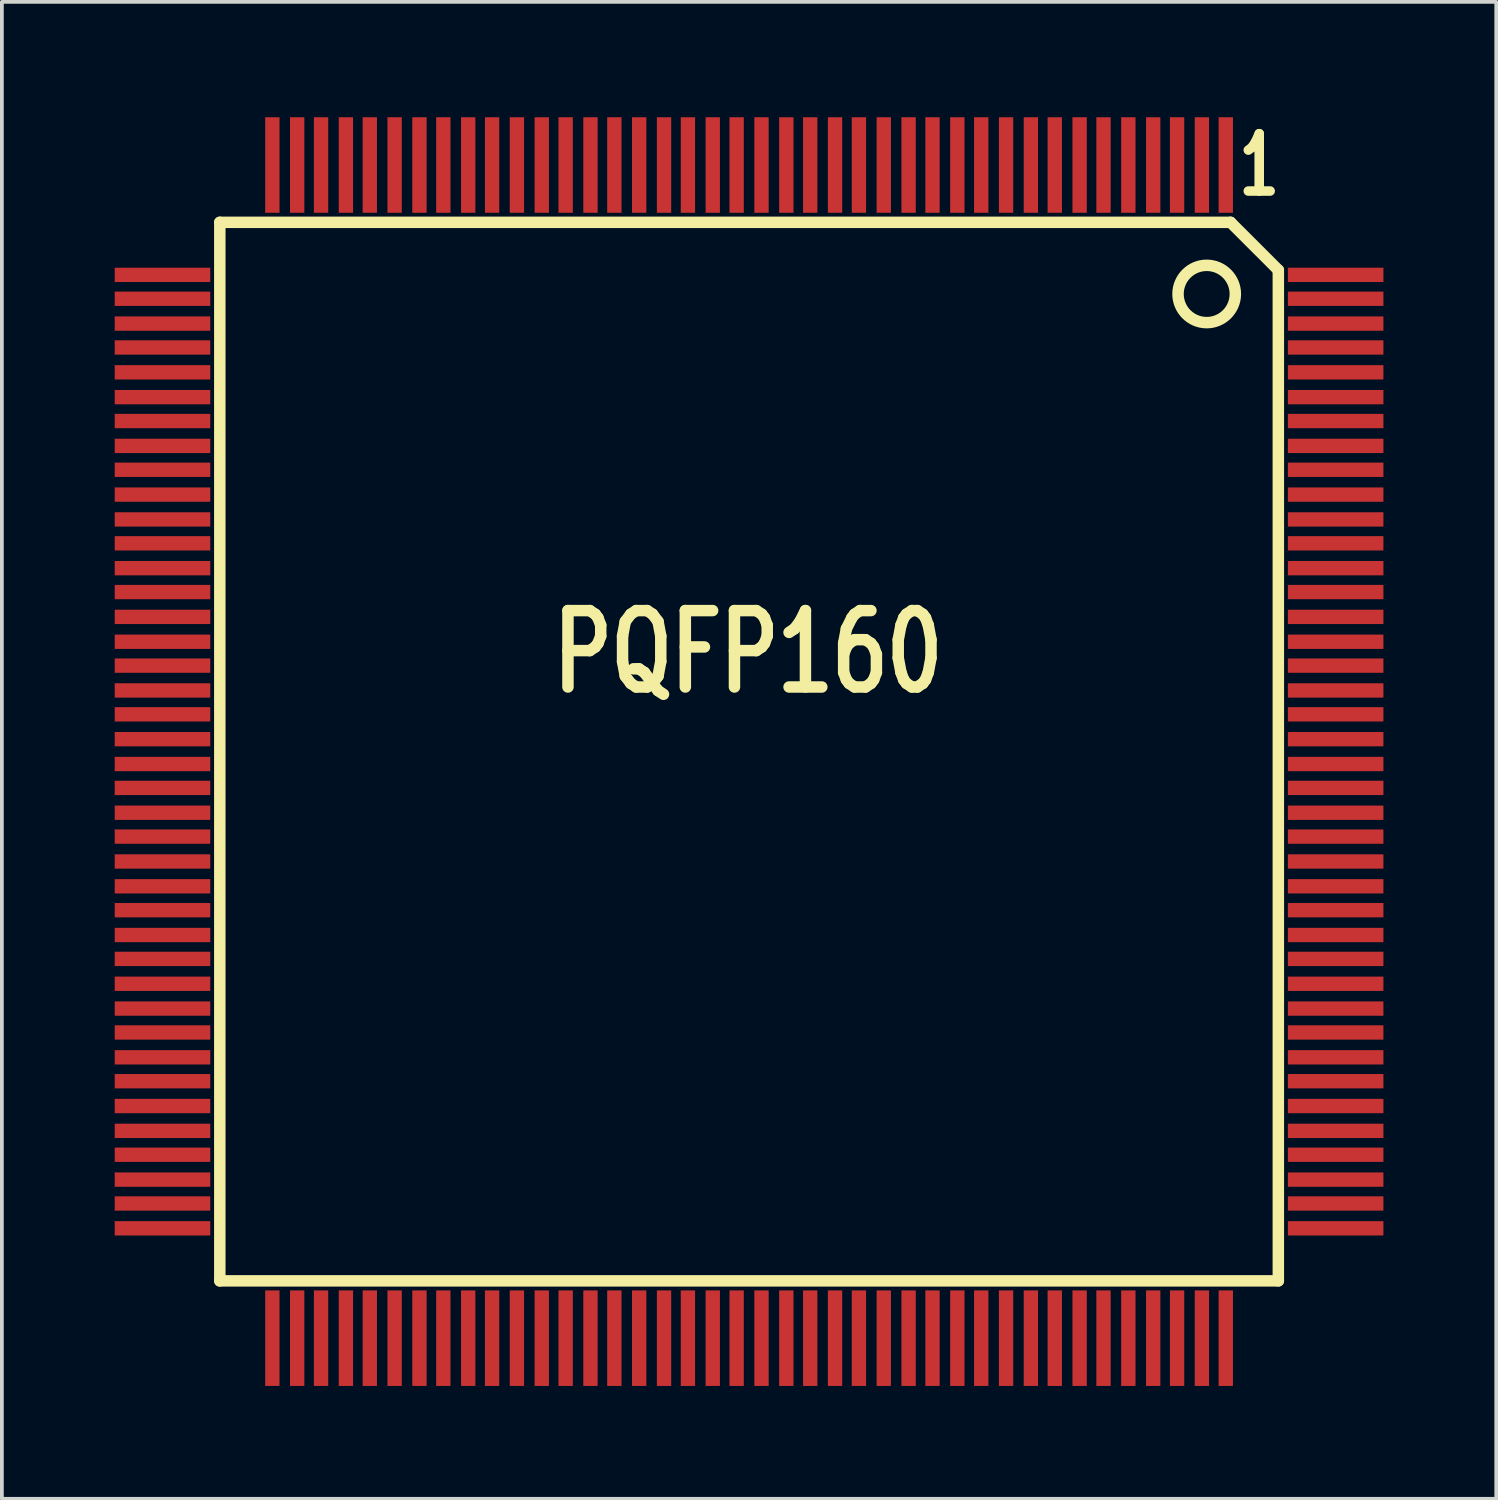
<source format=kicad_pcb>
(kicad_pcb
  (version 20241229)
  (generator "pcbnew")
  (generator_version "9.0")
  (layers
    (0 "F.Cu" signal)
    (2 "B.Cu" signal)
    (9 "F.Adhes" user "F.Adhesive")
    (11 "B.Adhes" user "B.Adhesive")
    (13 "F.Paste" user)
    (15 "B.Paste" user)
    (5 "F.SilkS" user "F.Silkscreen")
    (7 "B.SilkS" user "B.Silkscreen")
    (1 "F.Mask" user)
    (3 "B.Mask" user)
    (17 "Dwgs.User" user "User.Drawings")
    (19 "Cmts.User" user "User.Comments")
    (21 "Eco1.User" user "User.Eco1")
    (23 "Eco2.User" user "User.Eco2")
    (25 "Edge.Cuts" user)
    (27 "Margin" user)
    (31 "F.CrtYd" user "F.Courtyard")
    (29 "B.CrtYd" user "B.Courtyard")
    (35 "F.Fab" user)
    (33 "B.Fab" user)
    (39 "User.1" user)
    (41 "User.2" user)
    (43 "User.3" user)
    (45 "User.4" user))
  (footprint "PQFP160"
    (layer "F.Cu")
    (at 16.84 16.831)
    (property "Reference" "PQFP160" (at 0 -2.54 0) (layer "F.SilkS") (effects (font (size 2.032 1.524) (thickness 0.305))))
    (attr smd)
    (fp_line (start -14.046 -13.97) (end -14.046 14.173) (stroke (width 0.305) (type solid)) (layer "F.SilkS"))
    (fp_line (start -14.046 14.173) (end 14.097 14.173) (stroke (width 0.305) (type solid)) (layer "F.SilkS"))
    (fp_line (start 12.827 -13.97) (end -14.046 -13.97) (stroke (width 0.305) (type solid)) (layer "F.SilkS"))
    (fp_line (start 12.827 -13.97) (end 14.097 -12.7) (stroke (width 0.305) (type solid)) (layer "F.SilkS"))
    (fp_line (start 14.097 14.173) (end 14.097 -12.7) (stroke (width 0.305) (type solid)) (layer "F.SilkS"))
    (fp_circle (center 12.192 -12.065) (end 12.192 -11.303) (stroke (width 0.305) (type solid)) (fill no) (layer "F.SilkS"))
    (fp_text user "1" (at 13.589 -15.494 0) (layer "F.SilkS") (effects (font (size 1.524 1.016) (thickness 0.305))))
    (pad "1" smd rect (at 12.7 -15.494) (size 0.381 2.54) (layers "F.Cu" "F.Mask" "F.Paste"))
    (pad "2" smd rect (at 12.065 -15.494) (size 0.381 2.54) (layers "F.Cu" "F.Mask" "F.Paste"))
    (pad "3" smd rect (at 11.405 -15.494) (size 0.381 2.54) (layers "F.Cu" "F.Mask" "F.Paste"))
    (pad "4" smd rect (at 10.77 -15.494) (size 0.381 2.54) (layers "F.Cu" "F.Mask" "F.Paste"))
    (pad "5" smd rect (at 10.109 -15.494) (size 0.381 2.54) (layers "F.Cu" "F.Mask" "F.Paste"))
    (pad "6" smd rect (at 9.449 -15.494) (size 0.381 2.54) (layers "F.Cu" "F.Mask" "F.Paste"))
    (pad "7" smd rect (at 8.814 -15.494) (size 0.381 2.54) (layers "F.Cu" "F.Mask" "F.Paste"))
    (pad "8" smd rect (at 8.153 -15.494) (size 0.381 2.54) (layers "F.Cu" "F.Mask" "F.Paste"))
    (pad "9" smd rect (at 7.518 -15.494) (size 0.381 2.54) (layers "F.Cu" "F.Mask" "F.Paste"))
    (pad "10" smd rect (at 6.858 -15.494) (size 0.381 2.54) (layers "F.Cu" "F.Mask" "F.Paste"))
    (pad "11" smd rect (at 6.198 -15.494) (size 0.381 2.54) (layers "F.Cu" "F.Mask" "F.Paste"))
    (pad "12" smd rect (at 5.563 -15.494) (size 0.381 2.54) (layers "F.Cu" "F.Mask" "F.Paste"))
    (pad "13" smd rect (at 4.902 -15.494) (size 0.381 2.54) (layers "F.Cu" "F.Mask" "F.Paste"))
    (pad "14" smd rect (at 4.267 -15.494) (size 0.381 2.54) (layers "F.Cu" "F.Mask" "F.Paste"))
    (pad "15" smd rect (at 3.607 -15.494) (size 0.381 2.54) (layers "F.Cu" "F.Mask" "F.Paste"))
    (pad "16" smd rect (at 2.946 -15.494) (size 0.381 2.54) (layers "F.Cu" "F.Mask" "F.Paste"))
    (pad "17" smd rect (at 2.311 -15.494) (size 0.381 2.54) (layers "F.Cu" "F.Mask" "F.Paste"))
    (pad "18" smd rect (at 1.651 -15.494) (size 0.381 2.54) (layers "F.Cu" "F.Mask" "F.Paste"))
    (pad "19" smd rect (at 1.016 -15.494) (size 0.381 2.54) (layers "F.Cu" "F.Mask" "F.Paste"))
    (pad "20" smd rect (at 0.356 -15.494) (size 0.381 2.54) (layers "F.Cu" "F.Mask" "F.Paste"))
    (pad "21" smd rect (at -0.305 -15.494) (size 0.381 2.54) (layers "F.Cu" "F.Mask" "F.Paste"))
    (pad "22" smd rect (at -0.94 -15.494) (size 0.381 2.54) (layers "F.Cu" "F.Mask" "F.Paste"))
    (pad "23" smd rect (at -1.6 -15.494) (size 0.381 2.54) (layers "F.Cu" "F.Mask" "F.Paste"))
    (pad "24" smd rect (at -2.235 -15.494) (size 0.381 2.54) (layers "F.Cu" "F.Mask" "F.Paste"))
    (pad "25" smd rect (at -2.896 -15.494) (size 0.381 2.54) (layers "F.Cu" "F.Mask" "F.Paste"))
    (pad "26" smd rect (at -3.556 -15.494) (size 0.381 2.54) (layers "F.Cu" "F.Mask" "F.Paste"))
    (pad "27" smd rect (at -4.191 -15.494) (size 0.381 2.54) (layers "F.Cu" "F.Mask" "F.Paste"))
    (pad "28" smd rect (at -4.851 -15.494) (size 0.381 2.54) (layers "F.Cu" "F.Mask" "F.Paste"))
    (pad "29" smd rect (at -5.486 -15.494) (size 0.381 2.54) (layers "F.Cu" "F.Mask" "F.Paste"))
    (pad "30" smd rect (at -6.147 -15.494) (size 0.381 2.54) (layers "F.Cu" "F.Mask" "F.Paste"))
    (pad "31" smd rect (at -6.807 -15.494) (size 0.381 2.54) (layers "F.Cu" "F.Mask" "F.Paste"))
    (pad "32" smd rect (at -7.442 -15.494) (size 0.381 2.54) (layers "F.Cu" "F.Mask" "F.Paste"))
    (pad "33" smd rect (at -8.103 -15.494) (size 0.381 2.54) (layers "F.Cu" "F.Mask" "F.Paste"))
    (pad "34" smd rect (at -8.738 -15.494) (size 0.381 2.54) (layers "F.Cu" "F.Mask" "F.Paste"))
    (pad "35" smd rect (at -9.398 -15.494) (size 0.381 2.54) (layers "F.Cu" "F.Mask" "F.Paste"))
    (pad "36" smd rect (at -10.058 -15.494) (size 0.381 2.54) (layers "F.Cu" "F.Mask" "F.Paste"))
    (pad "37" smd rect (at -10.693 -15.494) (size 0.381 2.54) (layers "F.Cu" "F.Mask" "F.Paste"))
    (pad "38" smd rect (at -11.354 -15.494) (size 0.381 2.54) (layers "F.Cu" "F.Mask" "F.Paste"))
    (pad "39" smd rect (at -11.989 -15.494) (size 0.381 2.54) (layers "F.Cu" "F.Mask" "F.Paste"))
    (pad "40" smd rect (at -12.649 -15.494) (size 0.381 2.54) (layers "F.Cu" "F.Mask" "F.Paste"))
    (pad "41" smd rect (at -15.57 -12.573) (size 2.54 0.381) (layers "F.Cu" "F.Mask" "F.Paste"))
    (pad "42" smd rect (at -15.57 -11.938) (size 2.54 0.381) (layers "F.Cu" "F.Mask" "F.Paste"))
    (pad "43" smd rect (at -15.57 -11.278) (size 2.54 0.381) (layers "F.Cu" "F.Mask" "F.Paste"))
    (pad "44" smd rect (at -15.57 -10.643) (size 2.54 0.381) (layers "F.Cu" "F.Mask" "F.Paste"))
    (pad "45" smd rect (at -15.57 -9.982) (size 2.54 0.381) (layers "F.Cu" "F.Mask" "F.Paste"))
    (pad "46" smd rect (at -15.57 -9.322) (size 2.54 0.381) (layers "F.Cu" "F.Mask" "F.Paste"))
    (pad "47" smd rect (at -15.57 -8.687) (size 2.54 0.381) (layers "F.Cu" "F.Mask" "F.Paste"))
    (pad "48" smd rect (at -15.57 -8.026) (size 2.54 0.381) (layers "F.Cu" "F.Mask" "F.Paste"))
    (pad "49" smd rect (at -15.57 -7.391) (size 2.54 0.381) (layers "F.Cu" "F.Mask" "F.Paste"))
    (pad "50" smd rect (at -15.57 -6.731) (size 2.54 0.381) (layers "F.Cu" "F.Mask" "F.Paste"))
    (pad "51" smd rect (at -15.57 -6.071) (size 2.54 0.381) (layers "F.Cu" "F.Mask" "F.Paste"))
    (pad "52" smd rect (at -15.57 -5.436) (size 2.54 0.381) (layers "F.Cu" "F.Mask" "F.Paste"))
    (pad "53" smd rect (at -15.57 -4.775) (size 2.54 0.381) (layers "F.Cu" "F.Mask" "F.Paste"))
    (pad "54" smd rect (at -15.57 -4.14) (size 2.54 0.381) (layers "F.Cu" "F.Mask" "F.Paste"))
    (pad "55" smd rect (at -15.57 -3.48) (size 2.54 0.381) (layers "F.Cu" "F.Mask" "F.Paste"))
    (pad "56" smd rect (at -15.57 -2.819) (size 2.54 0.381) (layers "F.Cu" "F.Mask" "F.Paste"))
    (pad "57" smd rect (at -15.57 -2.184) (size 2.54 0.381) (layers "F.Cu" "F.Mask" "F.Paste"))
    (pad "58" smd rect (at -15.57 -1.524) (size 2.54 0.381) (layers "F.Cu" "F.Mask" "F.Paste"))
    (pad "59" smd rect (at -15.57 -0.889) (size 2.54 0.381) (layers "F.Cu" "F.Mask" "F.Paste"))
    (pad "60" smd rect (at -15.57 -0.229) (size 2.54 0.381) (layers "F.Cu" "F.Mask" "F.Paste"))
    (pad "61" smd rect (at -15.57 0.432) (size 2.54 0.381) (layers "F.Cu" "F.Mask" "F.Paste"))
    (pad "62" smd rect (at -15.57 1.067) (size 2.54 0.381) (layers "F.Cu" "F.Mask" "F.Paste"))
    (pad "63" smd rect (at -15.57 1.727) (size 2.54 0.381) (layers "F.Cu" "F.Mask" "F.Paste"))
    (pad "64" smd rect (at -15.57 2.362) (size 2.54 0.381) (layers "F.Cu" "F.Mask" "F.Paste"))
    (pad "65" smd rect (at -15.57 3.023) (size 2.54 0.381) (layers "F.Cu" "F.Mask" "F.Paste"))
    (pad "66" smd rect (at -15.57 3.683) (size 2.54 0.381) (layers "F.Cu" "F.Mask" "F.Paste"))
    (pad "67" smd rect (at -15.57 4.318) (size 2.54 0.381) (layers "F.Cu" "F.Mask" "F.Paste"))
    (pad "68" smd rect (at -15.57 4.978) (size 2.54 0.381) (layers "F.Cu" "F.Mask" "F.Paste"))
    (pad "69" smd rect (at -15.57 5.613) (size 2.54 0.381) (layers "F.Cu" "F.Mask" "F.Paste"))
    (pad "70" smd rect (at -15.57 6.274) (size 2.54 0.381) (layers "F.Cu" "F.Mask" "F.Paste"))
    (pad "71" smd rect (at -15.57 6.934) (size 2.54 0.381) (layers "F.Cu" "F.Mask" "F.Paste"))
    (pad "72" smd rect (at -15.57 7.569) (size 2.54 0.381) (layers "F.Cu" "F.Mask" "F.Paste"))
    (pad "73" smd rect (at -15.57 8.23) (size 2.54 0.381) (layers "F.Cu" "F.Mask" "F.Paste"))
    (pad "74" smd rect (at -15.57 8.865) (size 2.54 0.381) (layers "F.Cu" "F.Mask" "F.Paste"))
    (pad "75" smd rect (at -15.57 9.525) (size 2.54 0.381) (layers "F.Cu" "F.Mask" "F.Paste"))
    (pad "76" smd rect (at -15.57 10.185) (size 2.54 0.381) (layers "F.Cu" "F.Mask" "F.Paste"))
    (pad "77" smd rect (at -15.57 10.82) (size 2.54 0.381) (layers "F.Cu" "F.Mask" "F.Paste"))
    (pad "78" smd rect (at -15.57 11.481) (size 2.54 0.381) (layers "F.Cu" "F.Mask" "F.Paste"))
    (pad "79" smd rect (at -15.57 12.116) (size 2.54 0.381) (layers "F.Cu" "F.Mask" "F.Paste"))
    (pad "80" smd rect (at -15.57 12.776) (size 2.54 0.381) (layers "F.Cu" "F.Mask" "F.Paste"))
    (pad "81" smd rect (at -12.649 15.697) (size 0.381 2.54) (layers "F.Cu" "F.Mask" "F.Paste"))
    (pad "82" smd rect (at -11.989 15.697) (size 0.381 2.54) (layers "F.Cu" "F.Mask" "F.Paste"))
    (pad "83" smd rect (at -11.354 15.697) (size 0.381 2.54) (layers "F.Cu" "F.Mask" "F.Paste"))
    (pad "84" smd rect (at -10.693 15.697) (size 0.381 2.54) (layers "F.Cu" "F.Mask" "F.Paste"))
    (pad "85" smd rect (at -10.058 15.697) (size 0.381 2.54) (layers "F.Cu" "F.Mask" "F.Paste"))
    (pad "86" smd rect (at -9.398 15.697) (size 0.381 2.54) (layers "F.Cu" "F.Mask" "F.Paste"))
    (pad "87" smd rect (at -8.738 15.697) (size 0.381 2.54) (layers "F.Cu" "F.Mask" "F.Paste"))
    (pad "88" smd rect (at -8.103 15.697) (size 0.381 2.54) (layers "F.Cu" "F.Mask" "F.Paste"))
    (pad "89" smd rect (at -7.442 15.697) (size 0.381 2.54) (layers "F.Cu" "F.Mask" "F.Paste"))
    (pad "90" smd rect (at -6.807 15.697) (size 0.381 2.54) (layers "F.Cu" "F.Mask" "F.Paste"))
    (pad "91" smd rect (at -6.147 15.697) (size 0.381 2.54) (layers "F.Cu" "F.Mask" "F.Paste"))
    (pad "92" smd rect (at -5.486 15.697) (size 0.381 2.54) (layers "F.Cu" "F.Mask" "F.Paste"))
    (pad "93" smd rect (at -4.851 15.697) (size 0.381 2.54) (layers "F.Cu" "F.Mask" "F.Paste"))
    (pad "94" smd rect (at -4.191 15.697) (size 0.381 2.54) (layers "F.Cu" "F.Mask" "F.Paste"))
    (pad "95" smd rect (at -3.556 15.697) (size 0.381 2.54) (layers "F.Cu" "F.Mask" "F.Paste"))
    (pad "96" smd rect (at -2.896 15.697) (size 0.381 2.54) (layers "F.Cu" "F.Mask" "F.Paste"))
    (pad "97" smd rect (at -2.235 15.697) (size 0.381 2.54) (layers "F.Cu" "F.Mask" "F.Paste"))
    (pad "98" smd rect (at -1.6 15.697) (size 0.381 2.54) (layers "F.Cu" "F.Mask" "F.Paste"))
    (pad "99" smd rect (at -0.94 15.697) (size 0.381 2.54) (layers "F.Cu" "F.Mask" "F.Paste"))
    (pad "100" smd rect (at -0.305 15.697) (size 0.381 2.54) (layers "F.Cu" "F.Mask" "F.Paste"))
    (pad "101" smd rect (at 0.356 15.697) (size 0.381 2.54) (layers "F.Cu" "F.Mask" "F.Paste"))
    (pad "102" smd rect (at 1.016 15.697) (size 0.381 2.54) (layers "F.Cu" "F.Mask" "F.Paste"))
    (pad "103" smd rect (at 1.651 15.697) (size 0.381 2.54) (layers "F.Cu" "F.Mask" "F.Paste"))
    (pad "104" smd rect (at 2.311 15.697) (size 0.381 2.54) (layers "F.Cu" "F.Mask" "F.Paste"))
    (pad "105" smd rect (at 2.946 15.697) (size 0.381 2.54) (layers "F.Cu" "F.Mask" "F.Paste"))
    (pad "106" smd rect (at 3.607 15.697) (size 0.381 2.54) (layers "F.Cu" "F.Mask" "F.Paste"))
    (pad "107" smd rect (at 4.267 15.697) (size 0.381 2.54) (layers "F.Cu" "F.Mask" "F.Paste"))
    (pad "108" smd rect (at 4.902 15.697) (size 0.381 2.54) (layers "F.Cu" "F.Mask" "F.Paste"))
    (pad "109" smd rect (at 5.563 15.697) (size 0.381 2.54) (layers "F.Cu" "F.Mask" "F.Paste"))
    (pad "110" smd rect (at 6.198 15.697) (size 0.381 2.54) (layers "F.Cu" "F.Mask" "F.Paste"))
    (pad "111" smd rect (at 6.858 15.697) (size 0.381 2.54) (layers "F.Cu" "F.Mask" "F.Paste"))
    (pad "112" smd rect (at 7.518 15.697) (size 0.381 2.54) (layers "F.Cu" "F.Mask" "F.Paste"))
    (pad "113" smd rect (at 8.153 15.697) (size 0.381 2.54) (layers "F.Cu" "F.Mask" "F.Paste"))
    (pad "114" smd rect (at 8.814 15.697) (size 0.381 2.54) (layers "F.Cu" "F.Mask" "F.Paste"))
    (pad "115" smd rect (at 9.449 15.697) (size 0.381 2.54) (layers "F.Cu" "F.Mask" "F.Paste"))
    (pad "116" smd rect (at 10.109 15.697) (size 0.381 2.54) (layers "F.Cu" "F.Mask" "F.Paste"))
    (pad "117" smd rect (at 10.77 15.697) (size 0.381 2.54) (layers "F.Cu" "F.Mask" "F.Paste"))
    (pad "118" smd rect (at 11.405 15.697) (size 0.381 2.54) (layers "F.Cu" "F.Mask" "F.Paste"))
    (pad "119" smd rect (at 12.065 15.697) (size 0.381 2.54) (layers "F.Cu" "F.Mask" "F.Paste"))
    (pad "120" smd rect (at 12.7 15.697) (size 0.381 2.54) (layers "F.Cu" "F.Mask" "F.Paste"))
    (pad "121" smd rect (at 15.621 12.776) (size 2.54 0.381) (layers "F.Cu" "F.Mask" "F.Paste"))
    (pad "122" smd rect (at 15.621 12.116) (size 2.54 0.381) (layers "F.Cu" "F.Mask" "F.Paste"))
    (pad "123" smd rect (at 15.621 11.481) (size 2.54 0.381) (layers "F.Cu" "F.Mask" "F.Paste"))
    (pad "124" smd rect (at 15.621 10.82) (size 2.54 0.381) (layers "F.Cu" "F.Mask" "F.Paste"))
    (pad "125" smd rect (at 15.621 10.185) (size 2.54 0.381) (layers "F.Cu" "F.Mask" "F.Paste"))
    (pad "126" smd rect (at 15.621 9.525) (size 2.54 0.381) (layers "F.Cu" "F.Mask" "F.Paste"))
    (pad "127" smd rect (at 15.621 8.865) (size 2.54 0.381) (layers "F.Cu" "F.Mask" "F.Paste"))
    (pad "128" smd rect (at 15.621 8.23) (size 2.54 0.381) (layers "F.Cu" "F.Mask" "F.Paste"))
    (pad "129" smd rect (at 15.621 7.569) (size 2.54 0.381) (layers "F.Cu" "F.Mask" "F.Paste"))
    (pad "130" smd rect (at 15.621 6.934) (size 2.54 0.381) (layers "F.Cu" "F.Mask" "F.Paste"))
    (pad "131" smd rect (at 15.621 6.274) (size 2.54 0.381) (layers "F.Cu" "F.Mask" "F.Paste"))
    (pad "132" smd rect (at 15.621 5.613) (size 2.54 0.381) (layers "F.Cu" "F.Mask" "F.Paste"))
    (pad "133" smd rect (at 15.621 4.978) (size 2.54 0.381) (layers "F.Cu" "F.Mask" "F.Paste"))
    (pad "134" smd rect (at 15.621 4.318) (size 2.54 0.381) (layers "F.Cu" "F.Mask" "F.Paste"))
    (pad "135" smd rect (at 15.621 3.683) (size 2.54 0.381) (layers "F.Cu" "F.Mask" "F.Paste"))
    (pad "136" smd rect (at 15.621 3.023) (size 2.54 0.381) (layers "F.Cu" "F.Mask" "F.Paste"))
    (pad "137" smd rect (at 15.621 2.362) (size 2.54 0.381) (layers "F.Cu" "F.Mask" "F.Paste"))
    (pad "138" smd rect (at 15.621 1.727) (size 2.54 0.381) (layers "F.Cu" "F.Mask" "F.Paste"))
    (pad "139" smd rect (at 15.621 1.067) (size 2.54 0.381) (layers "F.Cu" "F.Mask" "F.Paste"))
    (pad "140" smd rect (at 15.621 0.432) (size 2.54 0.381) (layers "F.Cu" "F.Mask" "F.Paste"))
    (pad "141" smd rect (at 15.621 -0.229) (size 2.54 0.381) (layers "F.Cu" "F.Mask" "F.Paste"))
    (pad "142" smd rect (at 15.621 -0.889) (size 2.54 0.381) (layers "F.Cu" "F.Mask" "F.Paste"))
    (pad "143" smd rect (at 15.621 -1.524) (size 2.54 0.381) (layers "F.Cu" "F.Mask" "F.Paste"))
    (pad "144" smd rect (at 15.621 -2.184) (size 2.54 0.381) (layers "F.Cu" "F.Mask" "F.Paste"))
    (pad "145" smd rect (at 15.621 -2.819) (size 2.54 0.381) (layers "F.Cu" "F.Mask" "F.Paste"))
    (pad "146" smd rect (at 15.621 -3.48) (size 2.54 0.381) (layers "F.Cu" "F.Mask" "F.Paste"))
    (pad "147" smd rect (at 15.621 -4.14) (size 2.54 0.381) (layers "F.Cu" "F.Mask" "F.Paste"))
    (pad "148" smd rect (at 15.621 -4.775) (size 2.54 0.381) (layers "F.Cu" "F.Mask" "F.Paste"))
    (pad "149" smd rect (at 15.621 -5.436) (size 2.54 0.381) (layers "F.Cu" "F.Mask" "F.Paste"))
    (pad "150" smd rect (at 15.621 -6.071) (size 2.54 0.381) (layers "F.Cu" "F.Mask" "F.Paste"))
    (pad "151" smd rect (at 15.621 -6.731) (size 2.54 0.381) (layers "F.Cu" "F.Mask" "F.Paste"))
    (pad "152" smd rect (at 15.621 -7.391) (size 2.54 0.381) (layers "F.Cu" "F.Mask" "F.Paste"))
    (pad "153" smd rect (at 15.621 -8.026) (size 2.54 0.381) (layers "F.Cu" "F.Mask" "F.Paste"))
    (pad "154" smd rect (at 15.621 -8.687) (size 2.54 0.381) (layers "F.Cu" "F.Mask" "F.Paste"))
    (pad "155" smd rect (at 15.621 -9.322) (size 2.54 0.381) (layers "F.Cu" "F.Mask" "F.Paste"))
    (pad "156" smd rect (at 15.621 -9.982) (size 2.54 0.381) (layers "F.Cu" "F.Mask" "F.Paste"))
    (pad "157" smd rect (at 15.621 -10.643) (size 2.54 0.381) (layers "F.Cu" "F.Mask" "F.Paste"))
    (pad "158" smd rect (at 15.621 -11.278) (size 2.54 0.381) (layers "F.Cu" "F.Mask" "F.Paste"))
    (pad "159" smd rect (at 15.621 -11.938) (size 2.54 0.381) (layers "F.Cu" "F.Mask" "F.Paste"))
    (pad "160" smd rect (at 15.621 -12.573) (size 2.54 0.381) (layers "F.Cu" "F.Mask" "F.Paste")))
  (gr_rect
    (start -3 -3)
    (end 36.731 36.799)
    (stroke (width 0.1) (type default))
    (fill no)
    (layer "Edge.Cuts")))
</source>
